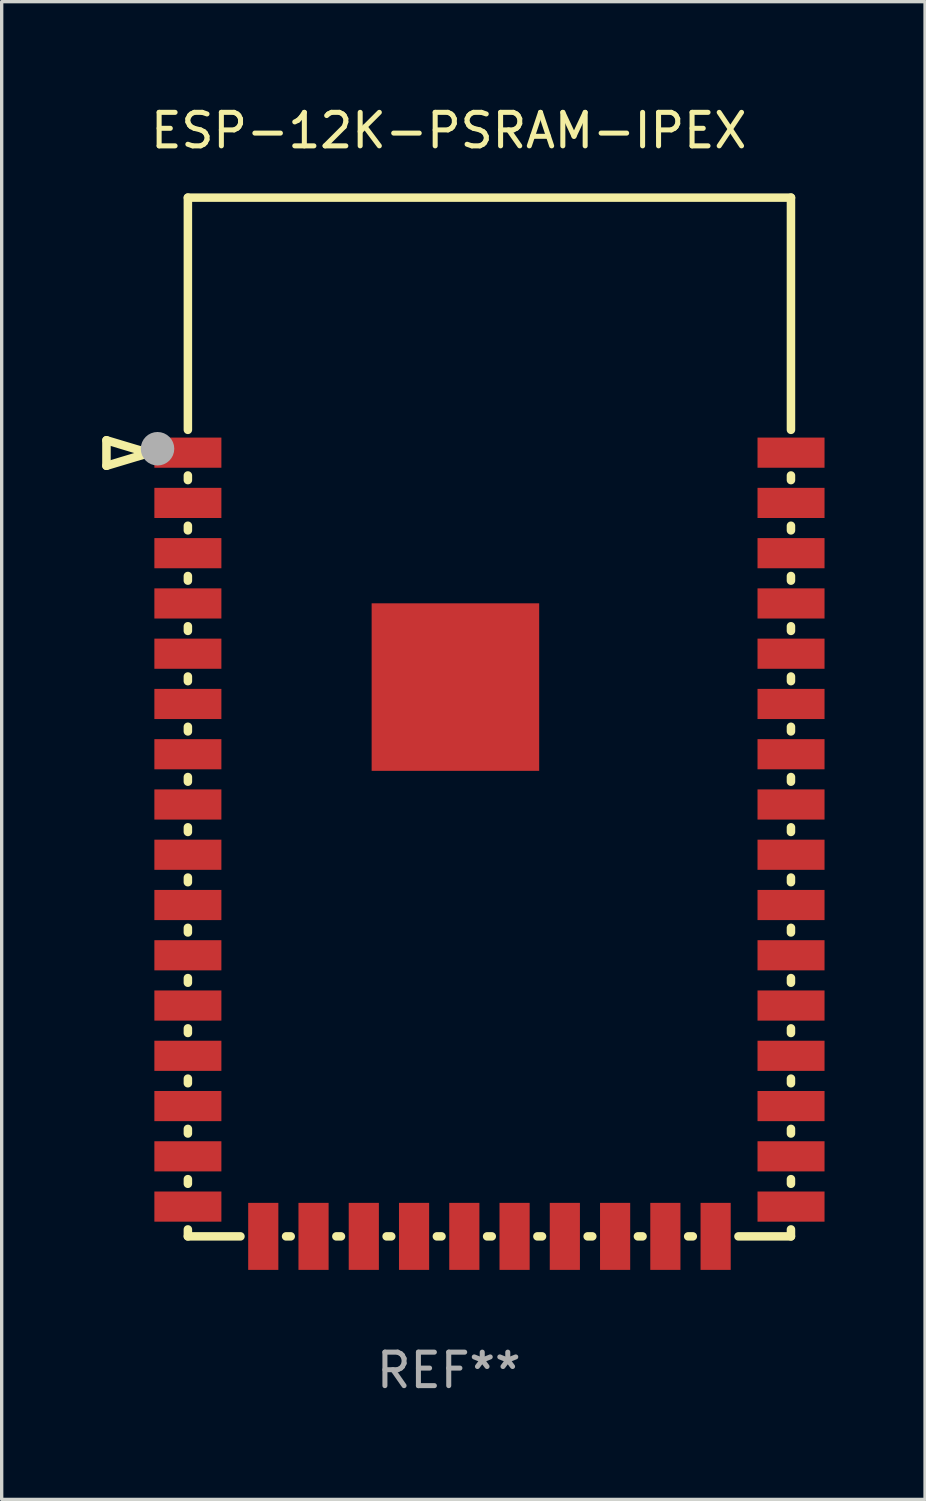
<source format=kicad_pcb>
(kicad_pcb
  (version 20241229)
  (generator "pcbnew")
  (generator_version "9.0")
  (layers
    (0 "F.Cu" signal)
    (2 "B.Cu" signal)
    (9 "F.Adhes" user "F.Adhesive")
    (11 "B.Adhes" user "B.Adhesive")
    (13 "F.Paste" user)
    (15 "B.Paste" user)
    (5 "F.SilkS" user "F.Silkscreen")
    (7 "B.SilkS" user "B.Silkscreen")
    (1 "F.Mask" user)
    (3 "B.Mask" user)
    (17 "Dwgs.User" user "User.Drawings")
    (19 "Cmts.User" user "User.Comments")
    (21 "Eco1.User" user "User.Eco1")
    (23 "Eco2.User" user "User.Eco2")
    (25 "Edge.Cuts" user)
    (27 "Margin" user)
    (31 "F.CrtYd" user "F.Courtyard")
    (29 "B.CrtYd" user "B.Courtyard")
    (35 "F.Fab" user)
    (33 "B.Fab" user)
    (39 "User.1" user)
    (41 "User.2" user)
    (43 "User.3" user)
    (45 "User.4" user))
  (footprint "ESP-12K-PSRAM-IPEX"
    (layer "F.Cu")
    (at 10.342 18.348)
    (property "Reference" "ESP-12K-PSRAM-IPEX" (at 0 -17.5 0) (layer "F.SilkS") (effects (font (size 1 1) (thickness 0.15))))
    (attr through_hole)
    (fp_line (start -10.215 -8.259) (end -8.945 -7.878) (stroke (width 0.254) (type solid)) (layer "F.SilkS"))
    (fp_line (start -10.215 -7.497) (end -10.215 -8.259) (stroke (width 0.254) (type solid)) (layer "F.SilkS"))
    (fp_line (start -8.945 -7.878) (end -10.215 -7.497) (stroke (width 0.254) (type solid)) (layer "F.SilkS"))
    (fp_line (start -7.785 -15.5) (end -7.785 -8.57) (stroke (width 0.254) (type solid)) (layer "F.SilkS"))
    (fp_line (start -7.785 -15.5) (end 10.215 -15.5) (stroke (width 0.254) (type solid)) (layer "F.SilkS"))
    (fp_line (start -7.785 -7.208) (end -7.785 -7.07) (stroke (width 0.254) (type solid)) (layer "F.SilkS"))
    (fp_line (start -7.785 -5.708) (end -7.785 -5.57) (stroke (width 0.254) (type solid)) (layer "F.SilkS"))
    (fp_line (start -7.785 -4.208) (end -7.785 -4.07) (stroke (width 0.254) (type solid)) (layer "F.SilkS"))
    (fp_line (start -7.785 -2.708) (end -7.785 -2.57) (stroke (width 0.254) (type solid)) (layer "F.SilkS"))
    (fp_line (start -7.785 -1.208) (end -7.785 -1.07) (stroke (width 0.254) (type solid)) (layer "F.SilkS"))
    (fp_line (start -7.785 0.292) (end -7.785 0.43) (stroke (width 0.254) (type solid)) (layer "F.SilkS"))
    (fp_line (start -7.785 1.792) (end -7.785 1.93) (stroke (width 0.254) (type solid)) (layer "F.SilkS"))
    (fp_line (start -7.785 3.292) (end -7.785 3.43) (stroke (width 0.254) (type solid)) (layer "F.SilkS"))
    (fp_line (start -7.785 4.792) (end -7.785 4.93) (stroke (width 0.254) (type solid)) (layer "F.SilkS"))
    (fp_line (start -7.785 6.292) (end -7.785 6.43) (stroke (width 0.254) (type solid)) (layer "F.SilkS"))
    (fp_line (start -7.785 7.792) (end -7.785 7.93) (stroke (width 0.254) (type solid)) (layer "F.SilkS"))
    (fp_line (start -7.785 9.292) (end -7.785 9.43) (stroke (width 0.254) (type solid)) (layer "F.SilkS"))
    (fp_line (start -7.785 10.792) (end -7.785 10.93) (stroke (width 0.254) (type solid)) (layer "F.SilkS"))
    (fp_line (start -7.785 12.292) (end -7.785 12.43) (stroke (width 0.254) (type solid)) (layer "F.SilkS"))
    (fp_line (start -7.785 13.792) (end -7.785 13.93) (stroke (width 0.254) (type solid)) (layer "F.SilkS"))
    (fp_line (start -7.785 15.292) (end -7.785 15.5) (stroke (width 0.254) (type solid)) (layer "F.SilkS"))
    (fp_line (start -7.785 15.5) (end -6.216 15.5) (stroke (width 0.254) (type solid)) (layer "F.SilkS"))
    (fp_line (start -4.854 15.5) (end -4.716 15.5) (stroke (width 0.254) (type solid)) (layer "F.SilkS"))
    (fp_line (start -3.354 15.5) (end -3.216 15.5) (stroke (width 0.254) (type solid)) (layer "F.SilkS"))
    (fp_line (start -1.854 15.5) (end -1.716 15.5) (stroke (width 0.254) (type solid)) (layer "F.SilkS"))
    (fp_line (start -0.354 15.5) (end -0.216 15.5) (stroke (width 0.254) (type solid)) (layer "F.SilkS"))
    (fp_line (start 1.146 15.5) (end 1.284 15.5) (stroke (width 0.254) (type solid)) (layer "F.SilkS"))
    (fp_line (start 2.646 15.5) (end 2.784 15.5) (stroke (width 0.254) (type solid)) (layer "F.SilkS"))
    (fp_line (start 4.146 15.5) (end 4.284 15.5) (stroke (width 0.254) (type solid)) (layer "F.SilkS"))
    (fp_line (start 5.646 15.5) (end 5.784 15.5) (stroke (width 0.254) (type solid)) (layer "F.SilkS"))
    (fp_line (start 7.146 15.5) (end 7.284 15.5) (stroke (width 0.254) (type solid)) (layer "F.SilkS"))
    (fp_line (start 8.646 15.5) (end 10.213 15.5) (stroke (width 0.254) (type solid)) (layer "F.SilkS"))
    (fp_line (start 10.213 -8.57) (end 10.213 -15.5) (stroke (width 0.254) (type solid)) (layer "F.SilkS"))
    (fp_line (start 10.213 -7.07) (end 10.213 -7.208) (stroke (width 0.254) (type solid)) (layer "F.SilkS"))
    (fp_line (start 10.213 -5.57) (end 10.213 -5.708) (stroke (width 0.254) (type solid)) (layer "F.SilkS"))
    (fp_line (start 10.213 -4.07) (end 10.213 -4.208) (stroke (width 0.254) (type solid)) (layer "F.SilkS"))
    (fp_line (start 10.213 -2.57) (end 10.213 -2.708) (stroke (width 0.254) (type solid)) (layer "F.SilkS"))
    (fp_line (start 10.213 -1.07) (end 10.213 -1.208) (stroke (width 0.254) (type solid)) (layer "F.SilkS"))
    (fp_line (start 10.213 0.43) (end 10.213 0.292) (stroke (width 0.254) (type solid)) (layer "F.SilkS"))
    (fp_line (start 10.213 1.93) (end 10.213 1.792) (stroke (width 0.254) (type solid)) (layer "F.SilkS"))
    (fp_line (start 10.213 3.43) (end 10.213 3.292) (stroke (width 0.254) (type solid)) (layer "F.SilkS"))
    (fp_line (start 10.213 4.93) (end 10.213 4.792) (stroke (width 0.254) (type solid)) (layer "F.SilkS"))
    (fp_line (start 10.213 6.43) (end 10.213 6.292) (stroke (width 0.254) (type solid)) (layer "F.SilkS"))
    (fp_line (start 10.213 7.93) (end 10.213 7.792) (stroke (width 0.254) (type solid)) (layer "F.SilkS"))
    (fp_line (start 10.213 9.43) (end 10.213 9.292) (stroke (width 0.254) (type solid)) (layer "F.SilkS"))
    (fp_line (start 10.213 10.93) (end 10.213 10.792) (stroke (width 0.254) (type solid)) (layer "F.SilkS"))
    (fp_line (start 10.213 12.43) (end 10.213 12.292) (stroke (width 0.254) (type solid)) (layer "F.SilkS"))
    (fp_line (start 10.213 13.93) (end 10.213 13.792) (stroke (width 0.254) (type solid)) (layer "F.SilkS"))
    (fp_line (start 10.213 15.5) (end 10.213 15.292) (stroke (width 0.254) (type solid)) (layer "F.SilkS"))
    (fp_circle (center -7.785 -15.5) (end -7.755 -15.5) (stroke (width 0.06) (type solid)) (fill no) (layer "F.SilkS"))
    (fp_circle (center -8.691 -8.006) (end -8.441 -8.006) (stroke (width 0.5) (type solid)) (fill no) (layer "F.Fab"))
    (fp_text user "REF**" (at 0 19.5 0) (layer "F.Fab") (effects (font (size 1 1) (thickness 0.15))))
    (pad "1" smd rect (at -7.785 -7.889 270) (size 0.9 2) (layers "F.Cu" "F.Mask" "F.Paste"))
    (pad "2" smd rect (at -7.785 -6.389 270) (size 0.9 2) (layers "F.Cu" "F.Mask" "F.Paste"))
    (pad "3" smd rect (at -7.785 -4.889 270) (size 0.9 2) (layers "F.Cu" "F.Mask" "F.Paste"))
    (pad "4" smd rect (at -7.785 -3.389 270) (size 0.9 2) (layers "F.Cu" "F.Mask" "F.Paste"))
    (pad "5" smd rect (at -7.785 -1.889 270) (size 0.9 2) (layers "F.Cu" "F.Mask" "F.Paste"))
    (pad "6" smd rect (at -7.785 -0.389 270) (size 0.9 2) (layers "F.Cu" "F.Mask" "F.Paste"))
    (pad "7" smd rect (at -7.785 1.111 270) (size 0.9 2) (layers "F.Cu" "F.Mask" "F.Paste"))
    (pad "8" smd rect (at -7.785 2.611 270) (size 0.9 2) (layers "F.Cu" "F.Mask" "F.Paste"))
    (pad "9" smd rect (at -7.785 4.111 270) (size 0.9 2) (layers "F.Cu" "F.Mask" "F.Paste"))
    (pad "10" smd rect (at -7.785 5.611 270) (size 0.9 2) (layers "F.Cu" "F.Mask" "F.Paste"))
    (pad "11" smd rect (at -7.785 7.111 270) (size 0.9 2) (layers "F.Cu" "F.Mask" "F.Paste"))
    (pad "12" smd rect (at -7.785 8.611 270) (size 0.9 2) (layers "F.Cu" "F.Mask" "F.Paste"))
    (pad "13" smd rect (at -7.785 10.111 270) (size 0.9 2) (layers "F.Cu" "F.Mask" "F.Paste"))
    (pad "14" smd rect (at -7.785 11.611 270) (size 0.9 2) (layers "F.Cu" "F.Mask" "F.Paste"))
    (pad "15" smd rect (at -7.785 13.111 270) (size 0.9 2) (layers "F.Cu" "F.Mask" "F.Paste"))
    (pad "16" smd rect (at -7.785 14.611 270) (size 0.9 2) (layers "F.Cu" "F.Mask" "F.Paste"))
    (pad "17" smd rect (at -5.535 15.5) (size 0.9 2) (layers "F.Cu" "F.Mask" "F.Paste"))
    (pad "18" smd rect (at -4.035 15.5) (size 0.9 2) (layers "F.Cu" "F.Mask" "F.Paste"))
    (pad "19" smd rect (at -2.535 15.5) (size 0.9 2) (layers "F.Cu" "F.Mask" "F.Paste"))
    (pad "20" smd rect (at -1.035 15.5) (size 0.9 2) (layers "F.Cu" "F.Mask" "F.Paste"))
    (pad "21" smd rect (at 0.465 15.5) (size 0.9 2) (layers "F.Cu" "F.Mask" "F.Paste"))
    (pad "22" smd rect (at 1.965 15.5) (size 0.9 2) (layers "F.Cu" "F.Mask" "F.Paste"))
    (pad "23" smd rect (at 3.465 15.5) (size 0.9 2) (layers "F.Cu" "F.Mask" "F.Paste"))
    (pad "24" smd rect (at 4.965 15.5) (size 0.9 2) (layers "F.Cu" "F.Mask" "F.Paste"))
    (pad "25" smd rect (at 6.465 15.5) (size 0.9 2) (layers "F.Cu" "F.Mask" "F.Paste"))
    (pad "26" smd rect (at 7.965 15.5) (size 0.9 2) (layers "F.Cu" "F.Mask" "F.Paste"))
    (pad "27" smd rect (at 10.215 14.611 90) (size 0.9 2) (layers "F.Cu" "F.Mask" "F.Paste"))
    (pad "28" smd rect (at 10.215 13.111 90) (size 0.9 2) (layers "F.Cu" "F.Mask" "F.Paste"))
    (pad "29" smd rect (at 10.215 11.611 90) (size 0.9 2) (layers "F.Cu" "F.Mask" "F.Paste"))
    (pad "30" smd rect (at 10.215 10.111 90) (size 0.9 2) (layers "F.Cu" "F.Mask" "F.Paste"))
    (pad "31" smd rect (at 10.215 8.611 90) (size 0.9 2) (layers "F.Cu" "F.Mask" "F.Paste"))
    (pad "32" smd rect (at 10.215 7.111 90) (size 0.9 2) (layers "F.Cu" "F.Mask" "F.Paste"))
    (pad "33" smd rect (at 10.215 5.611 90) (size 0.9 2) (layers "F.Cu" "F.Mask" "F.Paste"))
    (pad "34" smd rect (at 10.215 4.111 90) (size 0.9 2) (layers "F.Cu" "F.Mask" "F.Paste"))
    (pad "35" smd rect (at 10.215 2.611 90) (size 0.9 2) (layers "F.Cu" "F.Mask" "F.Paste"))
    (pad "36" smd rect (at 10.215 1.111 90) (size 0.9 2) (layers "F.Cu" "F.Mask" "F.Paste"))
    (pad "37" smd rect (at 10.215 -0.389 90) (size 0.9 2) (layers "F.Cu" "F.Mask" "F.Paste"))
    (pad "38" smd rect (at 10.215 -1.889 90) (size 0.9 2) (layers "F.Cu" "F.Mask" "F.Paste"))
    (pad "39" smd rect (at 10.215 -3.389 90) (size 0.9 2) (layers "F.Cu" "F.Mask" "F.Paste"))
    (pad "40" smd rect (at 10.215 -4.889 90) (size 0.9 2) (layers "F.Cu" "F.Mask" "F.Paste"))
    (pad "41" smd rect (at 10.215 -6.389 90) (size 0.9 2) (layers "F.Cu" "F.Mask" "F.Paste"))
    (pad "42" smd rect (at 10.215 -7.889 270) (size 0.9 2) (layers "F.Cu" "F.Mask" "F.Paste"))
    (pad "43" smd rect (at 0.199 -0.893 90) (size 5 5) (layers "F.Cu" "F.Mask" "F.Paste")))
  (gr_rect
    (start -3 -3)
    (end 24.557 41.697)
    (stroke (width 0.1) (type default))
    (fill no)
    (layer "Edge.Cuts")))
</source>
